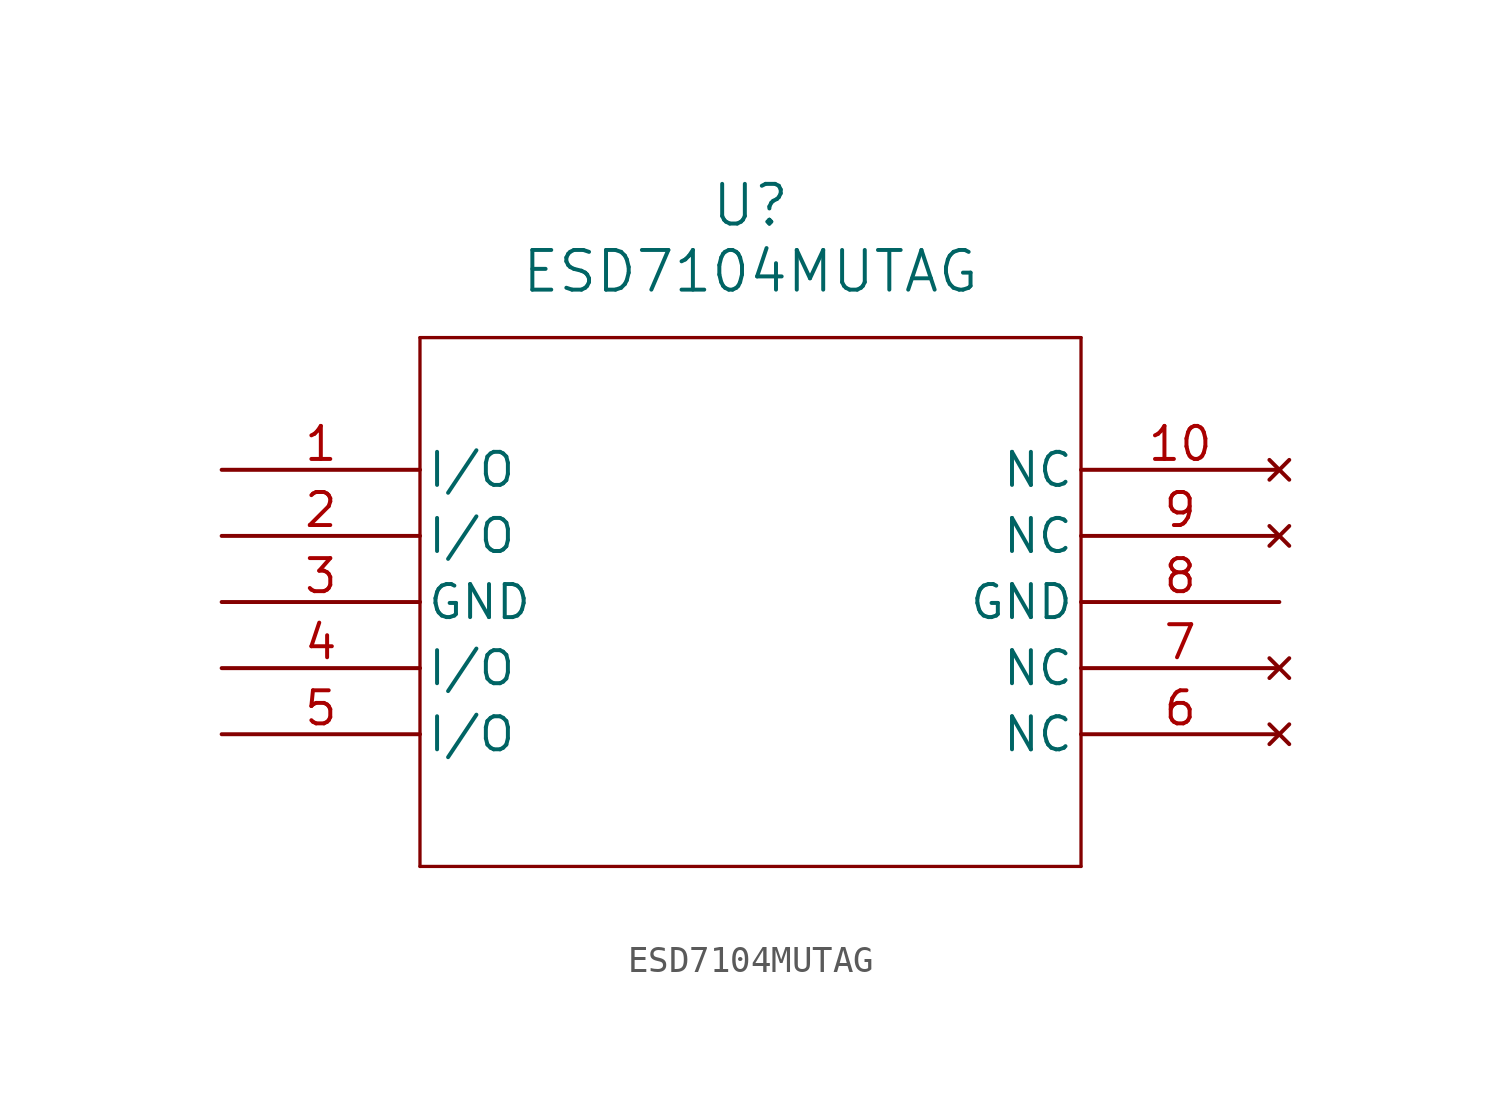
<source format=kicad_sym>
(kicad_symbol_lib
  (version 20211014)
  (generator kicad_symbol_editor)
  (symbol "ESD7104MUTAG"
    (pin_names
      (offset 0.254))
    (property "Reference" "U"
      (at 20.32 10.16 0)
      (effects (font (size 1.524 1.524))))
    (property "Value" "ESD7104MUTAG"
      (at 20.32 7.62 0)
      (effects (font (size 1.524 1.524))))
    (symbol "ESD7104MUTAG_0_1"
      (polyline (pts (xy 7.62 5.08) (xy 7.62 -15.24)) (stroke (width 0.127) (type default) (color 0 0 0 0)) (fill (type none)))
      (polyline (pts (xy 7.62 -15.24) (xy 33.02 -15.24)) (stroke (width 0.127) (type default) (color 0 0 0 0)) (fill (type none)))
      (polyline (pts (xy 33.02 -15.24) (xy 33.02 5.08)) (stroke (width 0.127) (type default) (color 0 0 0 0)) (fill (type none)))
      (polyline (pts (xy 33.02 5.08) (xy 7.62 5.08)) (stroke (width 0.127) (type default) (color 0 0 0 0)) (fill (type none)))
      (pin bidirectional line (at 0 0 0) (length 7.62) (name "I/O" (effects (font (size 1.27 1.27)))) (number "1" (effects (font (size 1.27 1.27)))))
      (pin bidirectional line (at 0 -2.54 0) (length 7.62) (name "I/O" (effects (font (size 1.27 1.27)))) (number "2" (effects (font (size 1.27 1.27)))))
      (pin power_out line (at 0 -5.08 0) (length 7.62) (name "GND" (effects (font (size 1.27 1.27)))) (number "3" (effects (font (size 1.27 1.27)))))
      (pin bidirectional line (at 0 -7.62 0) (length 7.62) (name "I/O" (effects (font (size 1.27 1.27)))) (number "4" (effects (font (size 1.27 1.27)))))
      (pin bidirectional line (at 0 -10.16 0) (length 7.62) (name "I/O" (effects (font (size 1.27 1.27)))) (number "5" (effects (font (size 1.27 1.27)))))
      (pin no_connect line (at 40.64 -10.16 180) (length 7.62) (name "NC" (effects (font (size 1.27 1.27)))) (number "6" (effects (font (size 1.27 1.27)))))
      (pin no_connect line (at 40.64 -7.62 180) (length 7.62) (name "NC" (effects (font (size 1.27 1.27)))) (number "7" (effects (font (size 1.27 1.27)))))
      (pin power_out line (at 40.64 -5.08 180) (length 7.62) (name "GND" (effects (font (size 1.27 1.27)))) (number "8" (effects (font (size 1.27 1.27)))))
      (pin no_connect line (at 40.64 -2.54 180) (length 7.62) (name "NC" (effects (font (size 1.27 1.27)))) (number "9" (effects (font (size 1.27 1.27)))))
      (pin no_connect line (at 40.64 0 180) (length 7.62) (name "NC" (effects (font (size 1.27 1.27)))) (number "10" (effects (font (size 1.27 1.27))))))))
</source>
